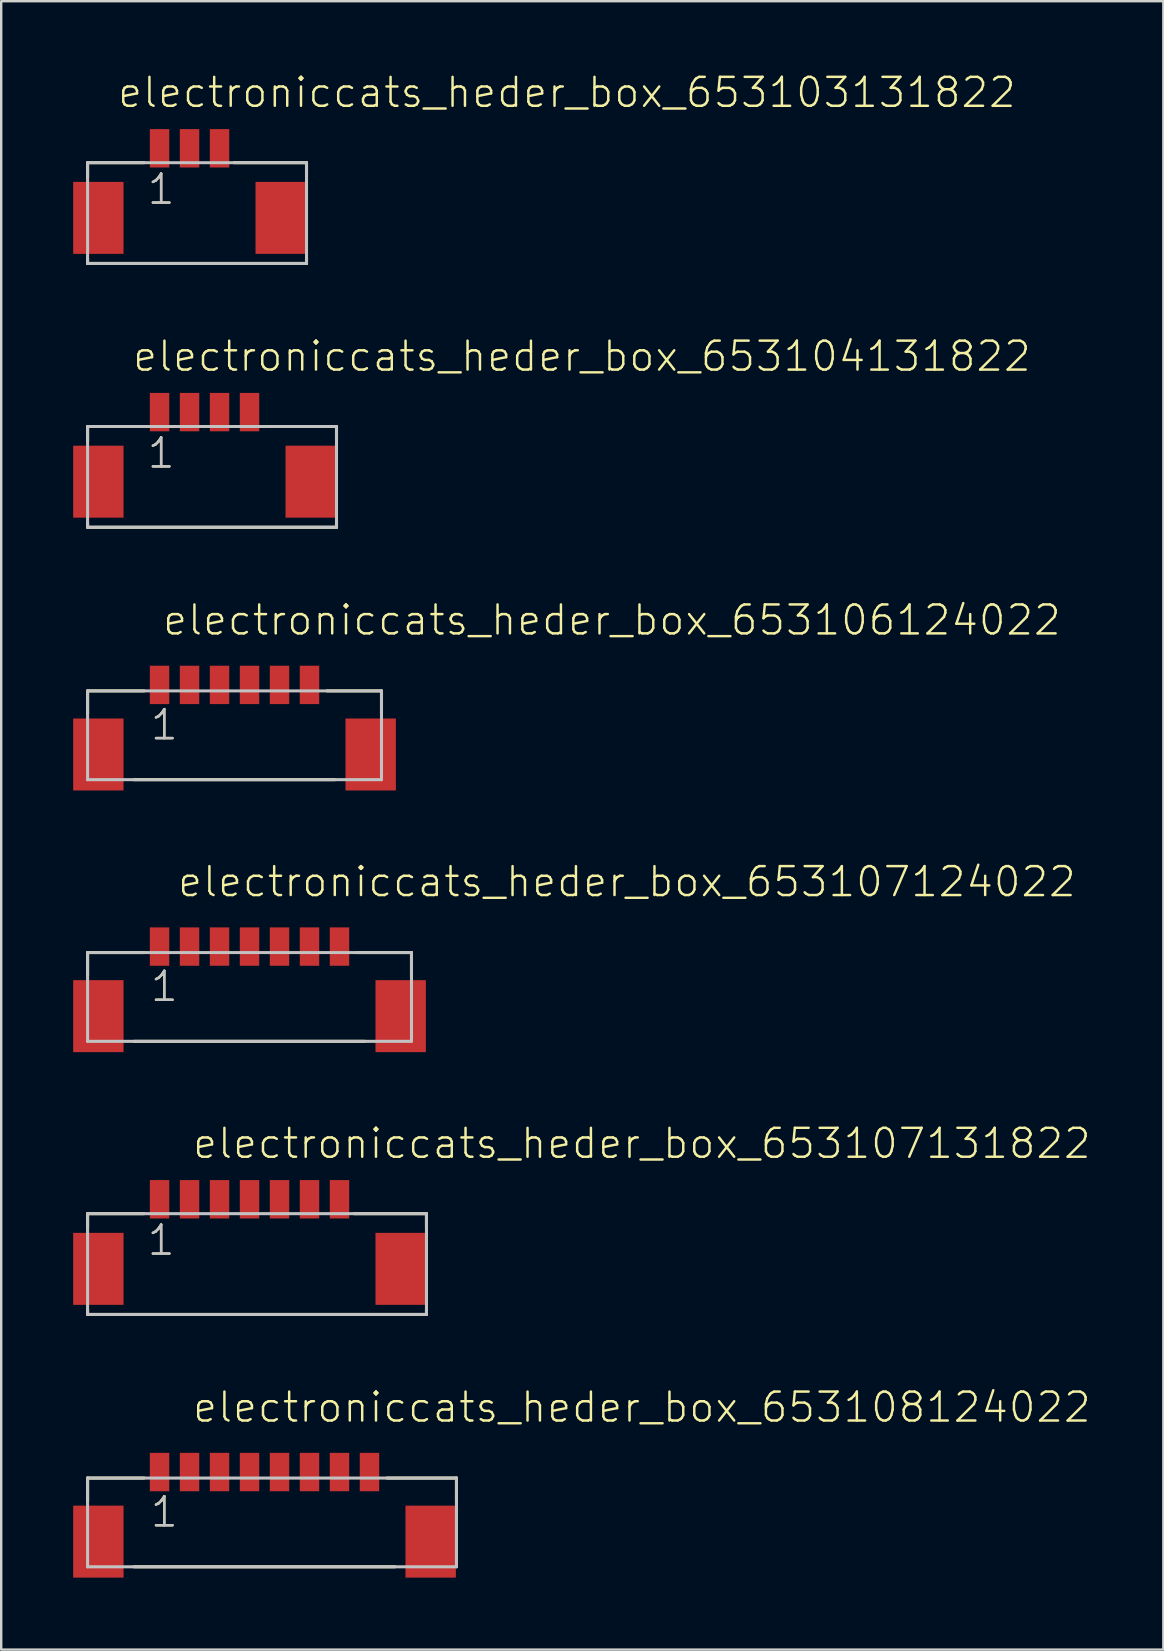
<source format=kicad_pcb>
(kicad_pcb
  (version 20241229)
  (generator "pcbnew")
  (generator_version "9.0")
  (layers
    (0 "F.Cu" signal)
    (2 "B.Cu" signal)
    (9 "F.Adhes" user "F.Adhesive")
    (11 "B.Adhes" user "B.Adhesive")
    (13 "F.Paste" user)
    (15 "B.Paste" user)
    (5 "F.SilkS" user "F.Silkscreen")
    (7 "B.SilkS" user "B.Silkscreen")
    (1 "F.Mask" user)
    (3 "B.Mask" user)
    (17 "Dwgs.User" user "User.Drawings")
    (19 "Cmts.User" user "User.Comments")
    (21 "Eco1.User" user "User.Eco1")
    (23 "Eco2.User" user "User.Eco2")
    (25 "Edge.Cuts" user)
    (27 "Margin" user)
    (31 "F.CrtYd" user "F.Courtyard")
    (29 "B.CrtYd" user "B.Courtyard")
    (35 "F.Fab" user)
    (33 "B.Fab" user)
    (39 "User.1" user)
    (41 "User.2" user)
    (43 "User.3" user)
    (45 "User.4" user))
  (footprint "electroniccats_heder_box_653108124022"
    (layer "F.Cu")
    (at 7.975 58.303)
    (property "Reference" "electroniccats_heder_box_653108124022" (at -3.06 -1.995 0) (layer "F.SilkS") (effects (font (size 1.206 1.206) (thickness 0.102)) (justify left bottom)))
    (attr through_hole)
    (fp_line (start -7.375 0.25) (end -7.375 1.2) (stroke (width 0.127) (type solid)) (layer "F.SilkS"))
    (fp_line (start -5.44 3.95) (end 5.43 3.95) (stroke (width 0.127) (type solid)) (layer "F.SilkS"))
    (fp_line (start -5.02 0.25) (end -7.375 0.25) (stroke (width 0.127) (type solid)) (layer "F.SilkS"))
    (fp_line (start 5.1 0.25) (end 8 0.25) (stroke (width 0.127) (type solid)) (layer "F.SilkS"))
    (fp_line (start 8 0.25) (end 8 1.19) (stroke (width 0.127) (type solid)) (layer "F.SilkS"))
    (fp_line (start -7.375 0.25) (end 8 0.25) (stroke (width 0.127) (type solid)) (layer "Dwgs.User"))
    (fp_line (start -7.375 3.95) (end -7.375 0.25) (stroke (width 0.127) (type solid)) (layer "Dwgs.User"))
    (fp_line (start 8 0.25) (end 8 3.95) (stroke (width 0.127) (type solid)) (layer "Dwgs.User"))
    (fp_line (start 8 3.95) (end -7.375 3.95) (stroke (width 0.127) (type solid)) (layer "Dwgs.User"))
    (fp_text user "1" (at -4.82 2.37 0) (layer "F.SilkS") (effects (font (size 1.206 1.206) (thickness 0.102)) (justify left bottom)))
    (fp_text user "1" (at -4.82 2.37 0) (layer "Dwgs.User") (effects (font (size 1.206 1.206) (thickness 0.102)) (justify left bottom)))
    (pad "1" smd rect (at -4.375 0) (size 0.81 1.6) (layers "F.Cu" "F.Mask" "F.Paste"))
    (pad "2" smd rect (at -3.125 0) (size 0.81 1.6) (layers "F.Cu" "F.Mask" "F.Paste"))
    (pad "3" smd rect (at -1.875 0) (size 0.81 1.6) (layers "F.Cu" "F.Mask" "F.Paste"))
    (pad "4" smd rect (at -0.625 0) (size 0.81 1.6) (layers "F.Cu" "F.Mask" "F.Paste"))
    (pad "5" smd rect (at 0.625 0) (size 0.81 1.6) (layers "F.Cu" "F.Mask" "F.Paste"))
    (pad "6" smd rect (at 1.875 0) (size 0.81 1.6) (layers "F.Cu" "F.Mask" "F.Paste"))
    (pad "7" smd rect (at 3.125 0) (size 0.81 1.6) (layers "F.Cu" "F.Mask" "F.Paste"))
    (pad "8" smd rect (at 4.375 0) (size 0.81 1.6) (layers "F.Cu" "F.Mask" "F.Paste"))
    (pad "Z1" smd rect (at -6.925 2.9) (size 2.1 3) (layers "F.Cu" "F.Mask" "F.Paste"))
    (pad "Z2" smd rect (at 6.925 2.9) (size 2.1 3) (layers "F.Cu" "F.Mask" "F.Paste")))
  (footprint "electroniccats_heder_box_653103131822"
    (layer "F.Cu")
    (at 4.85 3.131)
    (property "Reference" "electroniccats_heder_box_653103131822" (at -3.06 -1.62 0) (layer "F.SilkS") (effects (font (size 1.206 1.206) (thickness 0.102)) (justify left bottom)))
    (attr through_hole)
    (fp_line (start -4.25 0.6) (end -4.25 1.21) (stroke (width 0.127) (type solid)) (layer "F.SilkS"))
    (fp_line (start -4.25 4.59) (end -4.25 4.8) (stroke (width 0.127) (type solid)) (layer "F.SilkS"))
    (fp_line (start -4.25 4.8) (end 4.875 4.8) (stroke (width 0.127) (type solid)) (layer "F.SilkS"))
    (fp_line (start -1.895 0.6) (end -4.25 0.6) (stroke (width 0.127) (type solid)) (layer "F.SilkS"))
    (fp_line (start 1.855 0.6) (end 4.875 0.6) (stroke (width 0.127) (type solid)) (layer "F.SilkS"))
    (fp_line (start 4.875 0.6) (end 4.875 1.19) (stroke (width 0.127) (type solid)) (layer "F.SilkS"))
    (fp_line (start 4.875 4.8) (end 4.875 4.59) (stroke (width 0.127) (type solid)) (layer "F.SilkS"))
    (fp_line (start -4.25 0.6) (end 4.875 0.6) (stroke (width 0.127) (type solid)) (layer "Dwgs.User"))
    (fp_line (start -4.25 4.8) (end -4.25 0.6) (stroke (width 0.127) (type solid)) (layer "Dwgs.User"))
    (fp_line (start 4.875 0.6) (end 4.875 4.8) (stroke (width 0.127) (type solid)) (layer "Dwgs.User"))
    (fp_line (start 4.875 4.8) (end -4.25 4.8) (stroke (width 0.127) (type solid)) (layer "Dwgs.User"))
    (fp_text user "1" (at -1.825 2.415 0) (layer "F.SilkS") (effects (font (size 1.206 1.206) (thickness 0.102)) (justify left bottom)))
    (fp_text user "1" (at -1.825 2.415 0) (layer "Dwgs.User") (effects (font (size 1.206 1.206) (thickness 0.102)) (justify left bottom)))
    (pad "1" smd rect (at -1.25 0) (size 0.81 1.6) (layers "F.Cu" "F.Mask" "F.Paste"))
    (pad "2" smd rect (at 0 0) (size 0.81 1.6) (layers "F.Cu" "F.Mask" "F.Paste"))
    (pad "3" smd rect (at 1.25 0) (size 0.81 1.6) (layers "F.Cu" "F.Mask" "F.Paste"))
    (pad "Z1" smd rect (at -3.8 2.9) (size 2.1 3) (layers "F.Cu" "F.Mask" "F.Paste"))
    (pad "Z2" smd rect (at 3.8 2.9) (size 2.1 3) (layers "F.Cu" "F.Mask" "F.Paste")))
  (footprint "electroniccats_heder_box_653104131822"
    (layer "F.Cu")
    (at 5.475 14.126)
    (property "Reference" "electroniccats_heder_box_653104131822" (at -3.06 -1.62 0) (layer "F.SilkS") (effects (font (size 1.206 1.206) (thickness 0.102)) (justify left bottom)))
    (attr through_hole)
    (fp_line (start -4.875 0.6) (end -4.875 1.21) (stroke (width 0.127) (type solid)) (layer "F.SilkS"))
    (fp_line (start -4.875 4.59) (end -4.875 4.8) (stroke (width 0.127) (type solid)) (layer "F.SilkS"))
    (fp_line (start -4.875 4.8) (end 5.5 4.8) (stroke (width 0.127) (type solid)) (layer "F.SilkS"))
    (fp_line (start -2.52 0.6) (end -4.875 0.6) (stroke (width 0.127) (type solid)) (layer "F.SilkS"))
    (fp_line (start 2.48 0.6) (end 5.5 0.6) (stroke (width 0.127) (type solid)) (layer "F.SilkS"))
    (fp_line (start 5.5 0.6) (end 5.5 1.19) (stroke (width 0.127) (type solid)) (layer "F.SilkS"))
    (fp_line (start 5.5 4.8) (end 5.5 4.59) (stroke (width 0.127) (type solid)) (layer "F.SilkS"))
    (fp_line (start -4.875 0.6) (end 5.5 0.6) (stroke (width 0.127) (type solid)) (layer "Dwgs.User"))
    (fp_line (start -4.875 4.8) (end -4.875 0.6) (stroke (width 0.127) (type solid)) (layer "Dwgs.User"))
    (fp_line (start 5.5 0.6) (end 5.5 4.8) (stroke (width 0.127) (type solid)) (layer "Dwgs.User"))
    (fp_line (start 5.5 4.8) (end -4.875 4.8) (stroke (width 0.127) (type solid)) (layer "Dwgs.User"))
    (fp_text user "1" (at -2.45 2.415 0) (layer "F.SilkS") (effects (font (size 1.206 1.206) (thickness 0.102)) (justify left bottom)))
    (fp_text user "1" (at -2.45 2.415 0) (layer "Dwgs.User") (effects (font (size 1.206 1.206) (thickness 0.102)) (justify left bottom)))
    (pad "1" smd rect (at -1.875 0) (size 0.81 1.6) (layers "F.Cu" "F.Mask" "F.Paste"))
    (pad "2" smd rect (at -0.625 0) (size 0.81 1.6) (layers "F.Cu" "F.Mask" "F.Paste"))
    (pad "3" smd rect (at 0.625 0) (size 0.81 1.6) (layers "F.Cu" "F.Mask" "F.Paste"))
    (pad "4" smd rect (at 1.875 0) (size 0.81 1.6) (layers "F.Cu" "F.Mask" "F.Paste"))
    (pad "Z1" smd rect (at -4.425 2.9) (size 2.1 3) (layers "F.Cu" "F.Mask" "F.Paste"))
    (pad "Z2" smd rect (at 4.425 2.9) (size 2.1 3) (layers "F.Cu" "F.Mask" "F.Paste")))
  (footprint "electroniccats_heder_box_653106124022"
    (layer "F.Cu")
    (at 6.725 25.496)
    (property "Reference" "electroniccats_heder_box_653106124022" (at -3.06 -1.995 0) (layer "F.SilkS") (effects (font (size 1.206 1.206) (thickness 0.102)) (justify left bottom)))
    (attr through_hole)
    (fp_line (start -6.125 0.25) (end -6.125 1.2) (stroke (width 0.127) (type solid)) (layer "F.SilkS"))
    (fp_line (start -4.19 3.95) (end 4.18 3.95) (stroke (width 0.127) (type solid)) (layer "F.SilkS"))
    (fp_line (start -3.77 0.25) (end -6.125 0.25) (stroke (width 0.127) (type solid)) (layer "F.SilkS"))
    (fp_line (start 3.85 0.25) (end 6.125 0.25) (stroke (width 0.127) (type solid)) (layer "F.SilkS"))
    (fp_line (start 6.125 0.25) (end 6.125 1.19) (stroke (width 0.127) (type solid)) (layer "F.SilkS"))
    (fp_line (start -6.125 0.25) (end 6.125 0.25) (stroke (width 0.127) (type solid)) (layer "Dwgs.User"))
    (fp_line (start -6.125 3.95) (end -6.125 0.25) (stroke (width 0.127) (type solid)) (layer "Dwgs.User"))
    (fp_line (start 6.125 0.25) (end 6.125 3.95) (stroke (width 0.127) (type solid)) (layer "Dwgs.User"))
    (fp_line (start 6.125 3.95) (end -6.125 3.95) (stroke (width 0.127) (type solid)) (layer "Dwgs.User"))
    (fp_text user "1" (at -3.57 2.37 0) (layer "F.SilkS") (effects (font (size 1.206 1.206) (thickness 0.102)) (justify left bottom)))
    (fp_text user "1" (at -3.57 2.37 0) (layer "Dwgs.User") (effects (font (size 1.206 1.206) (thickness 0.102)) (justify left bottom)))
    (pad "1" smd rect (at -3.125 0) (size 0.81 1.6) (layers "F.Cu" "F.Mask" "F.Paste"))
    (pad "2" smd rect (at -1.875 0) (size 0.81 1.6) (layers "F.Cu" "F.Mask" "F.Paste"))
    (pad "3" smd rect (at -0.625 0) (size 0.81 1.6) (layers "F.Cu" "F.Mask" "F.Paste"))
    (pad "4" smd rect (at 0.625 0) (size 0.81 1.6) (layers "F.Cu" "F.Mask" "F.Paste"))
    (pad "5" smd rect (at 1.875 0) (size 0.81 1.6) (layers "F.Cu" "F.Mask" "F.Paste"))
    (pad "6" smd rect (at 3.125 0) (size 0.81 1.6) (layers "F.Cu" "F.Mask" "F.Paste"))
    (pad "Z1" smd rect (at -5.675 2.9) (size 2.1 3) (layers "F.Cu" "F.Mask" "F.Paste"))
    (pad "Z2" smd rect (at 5.675 2.9) (size 2.1 3) (layers "F.Cu" "F.Mask" "F.Paste")))
  (footprint "electroniccats_heder_box_653107124022"
    (layer "F.Cu")
    (at 7.35 36.402)
    (property "Reference" "electroniccats_heder_box_653107124022" (at -3.06 -1.995 0) (layer "F.SilkS") (effects (font (size 1.206 1.206) (thickness 0.102)) (justify left bottom)))
    (attr through_hole)
    (fp_line (start -6.75 0.25) (end -6.75 1.2) (stroke (width 0.127) (type solid)) (layer "F.SilkS"))
    (fp_line (start -4.815 3.95) (end 4.805 3.95) (stroke (width 0.127) (type solid)) (layer "F.SilkS"))
    (fp_line (start -4.395 0.25) (end -6.75 0.25) (stroke (width 0.127) (type solid)) (layer "F.SilkS"))
    (fp_line (start 4.475 0.25) (end 6.75 0.25) (stroke (width 0.127) (type solid)) (layer "F.SilkS"))
    (fp_line (start 6.75 0.25) (end 6.75 1.19) (stroke (width 0.127) (type solid)) (layer "F.SilkS"))
    (fp_line (start -6.75 0.25) (end 6.75 0.25) (stroke (width 0.127) (type solid)) (layer "Dwgs.User"))
    (fp_line (start -6.75 3.95) (end -6.75 0.25) (stroke (width 0.127) (type solid)) (layer "Dwgs.User"))
    (fp_line (start 6.75 0.25) (end 6.75 3.95) (stroke (width 0.127) (type solid)) (layer "Dwgs.User"))
    (fp_line (start 6.75 3.95) (end -6.75 3.95) (stroke (width 0.127) (type solid)) (layer "Dwgs.User"))
    (fp_text user "1" (at -4.195 2.37 0) (layer "F.SilkS") (effects (font (size 1.206 1.206) (thickness 0.102)) (justify left bottom)))
    (fp_text user "1" (at -4.195 2.37 0) (layer "Dwgs.User") (effects (font (size 1.206 1.206) (thickness 0.102)) (justify left bottom)))
    (pad "1" smd rect (at -3.75 0) (size 0.81 1.6) (layers "F.Cu" "F.Mask" "F.Paste"))
    (pad "2" smd rect (at -2.5 0) (size 0.81 1.6) (layers "F.Cu" "F.Mask" "F.Paste"))
    (pad "3" smd rect (at -1.25 0) (size 0.81 1.6) (layers "F.Cu" "F.Mask" "F.Paste"))
    (pad "4" smd rect (at 0 0) (size 0.81 1.6) (layers "F.Cu" "F.Mask" "F.Paste"))
    (pad "5" smd rect (at 1.25 0) (size 0.81 1.6) (layers "F.Cu" "F.Mask" "F.Paste"))
    (pad "6" smd rect (at 2.5 0) (size 0.81 1.6) (layers "F.Cu" "F.Mask" "F.Paste"))
    (pad "7" smd rect (at 3.75 0) (size 0.81 1.6) (layers "F.Cu" "F.Mask" "F.Paste"))
    (pad "Z1" smd rect (at -6.3 2.9) (size 2.1 3) (layers "F.Cu" "F.Mask" "F.Paste"))
    (pad "Z2" smd rect (at 6.3 2.9) (size 2.1 3) (layers "F.Cu" "F.Mask" "F.Paste")))
  (footprint "electroniccats_heder_box_653107131822"
    (layer "F.Cu")
    (at 7.35 46.934)
    (property "Reference" "electroniccats_heder_box_653107131822" (at -2.435 -1.62 0) (layer "F.SilkS") (effects (font (size 1.206 1.206) (thickness 0.102)) (justify left bottom)))
    (attr through_hole)
    (fp_line (start -6.75 0.6) (end -6.75 1.21) (stroke (width 0.127) (type solid)) (layer "F.SilkS"))
    (fp_line (start -6.75 4.59) (end -6.75 4.8) (stroke (width 0.127) (type solid)) (layer "F.SilkS"))
    (fp_line (start -6.75 4.8) (end 7.375 4.8) (stroke (width 0.127) (type solid)) (layer "F.SilkS"))
    (fp_line (start -4.395 0.6) (end -6.75 0.6) (stroke (width 0.127) (type solid)) (layer "F.SilkS"))
    (fp_line (start 4.355 0.6) (end 7.375 0.6) (stroke (width 0.127) (type solid)) (layer "F.SilkS"))
    (fp_line (start 7.375 0.6) (end 7.375 1.19) (stroke (width 0.127) (type solid)) (layer "F.SilkS"))
    (fp_line (start 7.375 4.8) (end 7.375 4.59) (stroke (width 0.127) (type solid)) (layer "F.SilkS"))
    (fp_line (start -6.75 0.6) (end 7.375 0.6) (stroke (width 0.127) (type solid)) (layer "Dwgs.User"))
    (fp_line (start -6.75 4.8) (end -6.75 0.6) (stroke (width 0.127) (type solid)) (layer "Dwgs.User"))
    (fp_line (start 7.375 0.6) (end 7.375 4.8) (stroke (width 0.127) (type solid)) (layer "Dwgs.User"))
    (fp_line (start 7.375 4.8) (end -6.75 4.8) (stroke (width 0.127) (type solid)) (layer "Dwgs.User"))
    (fp_text user "1" (at -4.325 2.415 0) (layer "F.SilkS") (effects (font (size 1.206 1.206) (thickness 0.102)) (justify left bottom)))
    (fp_text user "1" (at -4.325 2.415 0) (layer "Dwgs.User") (effects (font (size 1.206 1.206) (thickness 0.102)) (justify left bottom)))
    (pad "1" smd rect (at -3.75 0) (size 0.81 1.6) (layers "F.Cu" "F.Mask" "F.Paste"))
    (pad "2" smd rect (at -2.5 0) (size 0.81 1.6) (layers "F.Cu" "F.Mask" "F.Paste"))
    (pad "3" smd rect (at -1.25 0) (size 0.81 1.6) (layers "F.Cu" "F.Mask" "F.Paste"))
    (pad "4" smd rect (at 0 0) (size 0.81 1.6) (layers "F.Cu" "F.Mask" "F.Paste"))
    (pad "5" smd rect (at 1.25 0) (size 0.81 1.6) (layers "F.Cu" "F.Mask" "F.Paste"))
    (pad "6" smd rect (at 2.5 0) (size 0.81 1.6) (layers "F.Cu" "F.Mask" "F.Paste"))
    (pad "7" smd rect (at 3.75 0) (size 0.81 1.6) (layers "F.Cu" "F.Mask" "F.Paste"))
    (pad "Z1" smd rect (at -6.3 2.9) (size 2.1 3) (layers "F.Cu" "F.Mask" "F.Paste"))
    (pad "Z2" smd rect (at 6.3 2.9) (size 2.1 3) (layers "F.Cu" "F.Mask" "F.Paste")))
  (gr_rect
    (start -3 -3)
    (end 45.437 65.703)
    (stroke (width 0.1) (type default))
    (fill no)
    (layer "Edge.Cuts")))
</source>
